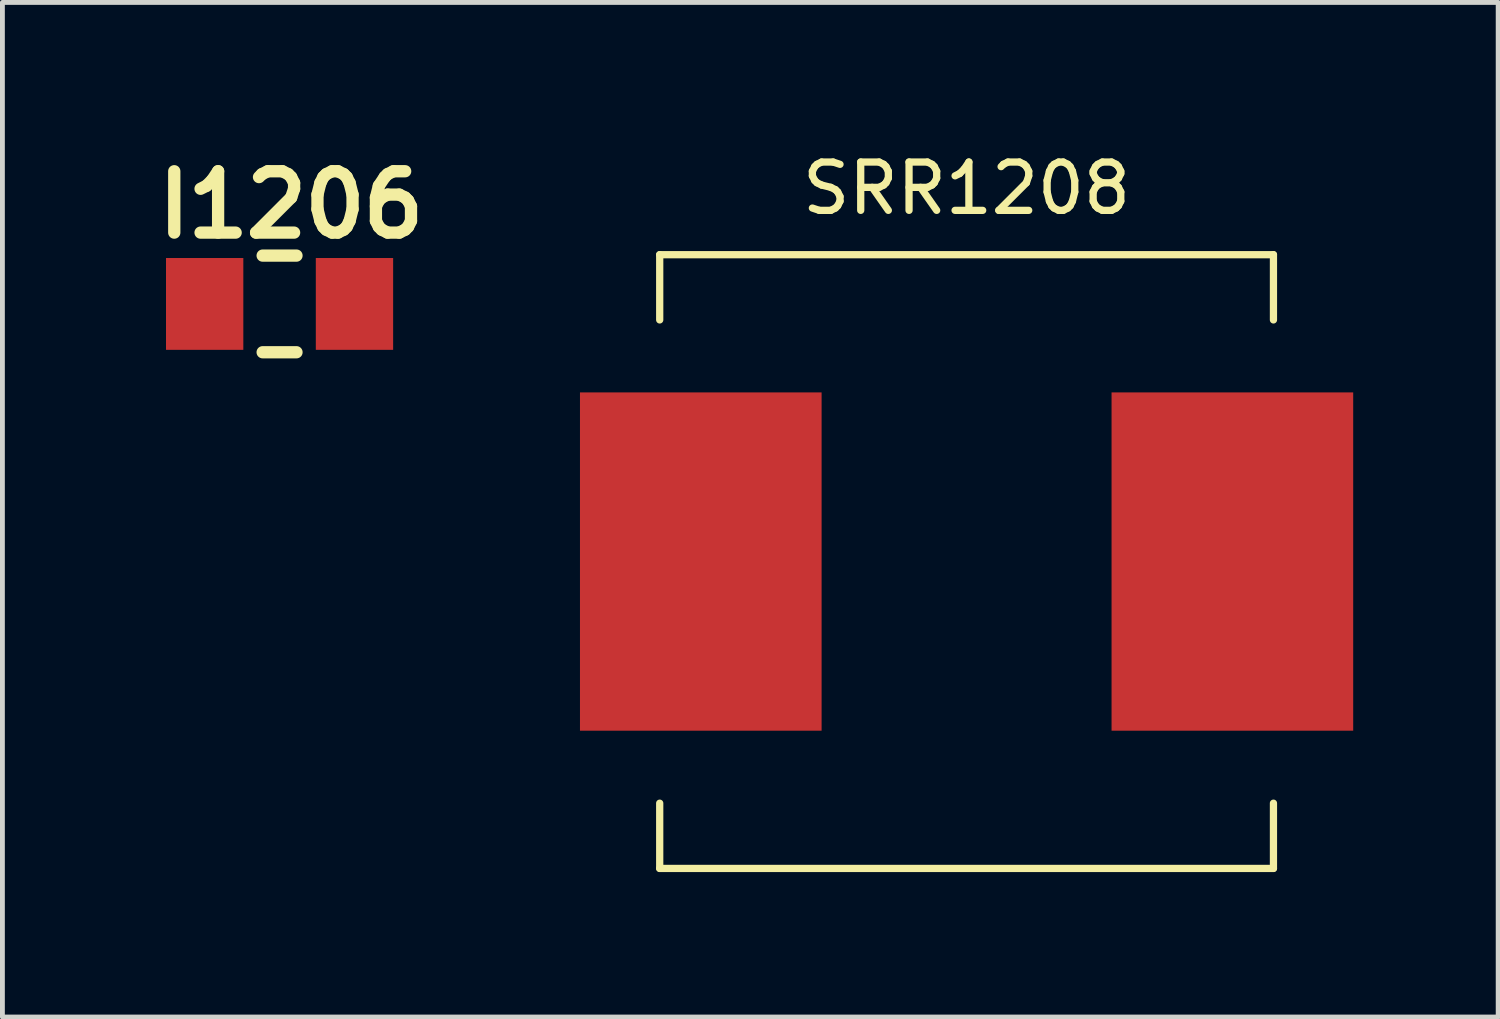
<source format=kicad_pcb>
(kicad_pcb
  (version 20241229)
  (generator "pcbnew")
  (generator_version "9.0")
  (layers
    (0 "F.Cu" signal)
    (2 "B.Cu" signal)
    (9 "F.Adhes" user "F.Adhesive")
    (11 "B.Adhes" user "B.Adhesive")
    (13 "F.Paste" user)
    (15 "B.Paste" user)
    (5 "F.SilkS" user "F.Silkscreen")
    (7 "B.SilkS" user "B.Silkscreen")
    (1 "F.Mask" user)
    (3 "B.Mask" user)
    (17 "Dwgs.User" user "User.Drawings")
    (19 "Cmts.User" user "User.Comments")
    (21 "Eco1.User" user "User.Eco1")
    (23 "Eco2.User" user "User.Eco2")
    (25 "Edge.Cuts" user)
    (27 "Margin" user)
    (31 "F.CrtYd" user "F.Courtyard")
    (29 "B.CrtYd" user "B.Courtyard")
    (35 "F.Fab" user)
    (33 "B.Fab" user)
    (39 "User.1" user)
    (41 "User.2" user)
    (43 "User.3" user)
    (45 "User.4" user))
  (footprint "I1206"
    (layer "F.Cu")
    (at 1.185 3.239)
    (property "Reference" "I1206" (at 1.79 -2.05 0) (layer "F.SilkS") (effects (font (size 1.27 1.27) (thickness 0.254))))
    (attr through_hole)
    (fp_line (start 1.2 -1) (end 1.9 -1) (stroke (width 0.254) (type solid)) (layer "F.SilkS"))
    (fp_line (start 1.2 1) (end 1.9 1) (stroke (width 0.254) (type solid)) (layer "F.SilkS"))
    (pad "1" smd rect (at 0 0) (size 1.6 1.9) (layers "F.Cu" "F.Mask" "F.Paste"))
    (pad "2" smd rect (at 3.1 0) (size 1.6 1.9) (layers "F.Cu" "F.Mask" "F.Paste")))
  (footprint "SRR1208"
    (layer "F.Cu")
    (at 16.951 8.57)
    (property "Reference" "SRR1208" (at 0 -7.722 0) (layer "F.SilkS") (effects (font (size 1 1) (thickness 0.15))))
    (attr through_hole)
    (fp_line (start -6.35 -6.35) (end -6.35 -5) (stroke (width 0.15) (type solid)) (layer "F.SilkS"))
    (fp_line (start -6.35 -6.35) (end 6.35 -6.35) (stroke (width 0.15) (type solid)) (layer "F.SilkS"))
    (fp_line (start -6.35 6.35) (end -6.35 5) (stroke (width 0.15) (type solid)) (layer "F.SilkS"))
    (fp_line (start -6.35 6.35) (end 6.35 6.35) (stroke (width 0.15) (type solid)) (layer "F.SilkS"))
    (fp_line (start 6.35 -6.35) (end 6.35 -5) (stroke (width 0.15) (type solid)) (layer "F.SilkS"))
    (fp_line (start 6.35 6.35) (end 6.35 5) (stroke (width 0.15) (type solid)) (layer "F.SilkS"))
    (pad "1" smd rect (at -5.5 0) (size 5 7) (layers "F.Cu" "F.Mask" "F.Paste"))
    (pad "2" smd rect (at 5.5 0) (size 5 7) (layers "F.Cu" "F.Mask" "F.Paste")))
  (gr_rect
    (start -3 -3)
    (end 27.951 17.995)
    (stroke (width 0.1) (type default))
    (fill no)
    (layer "Edge.Cuts")))
</source>
